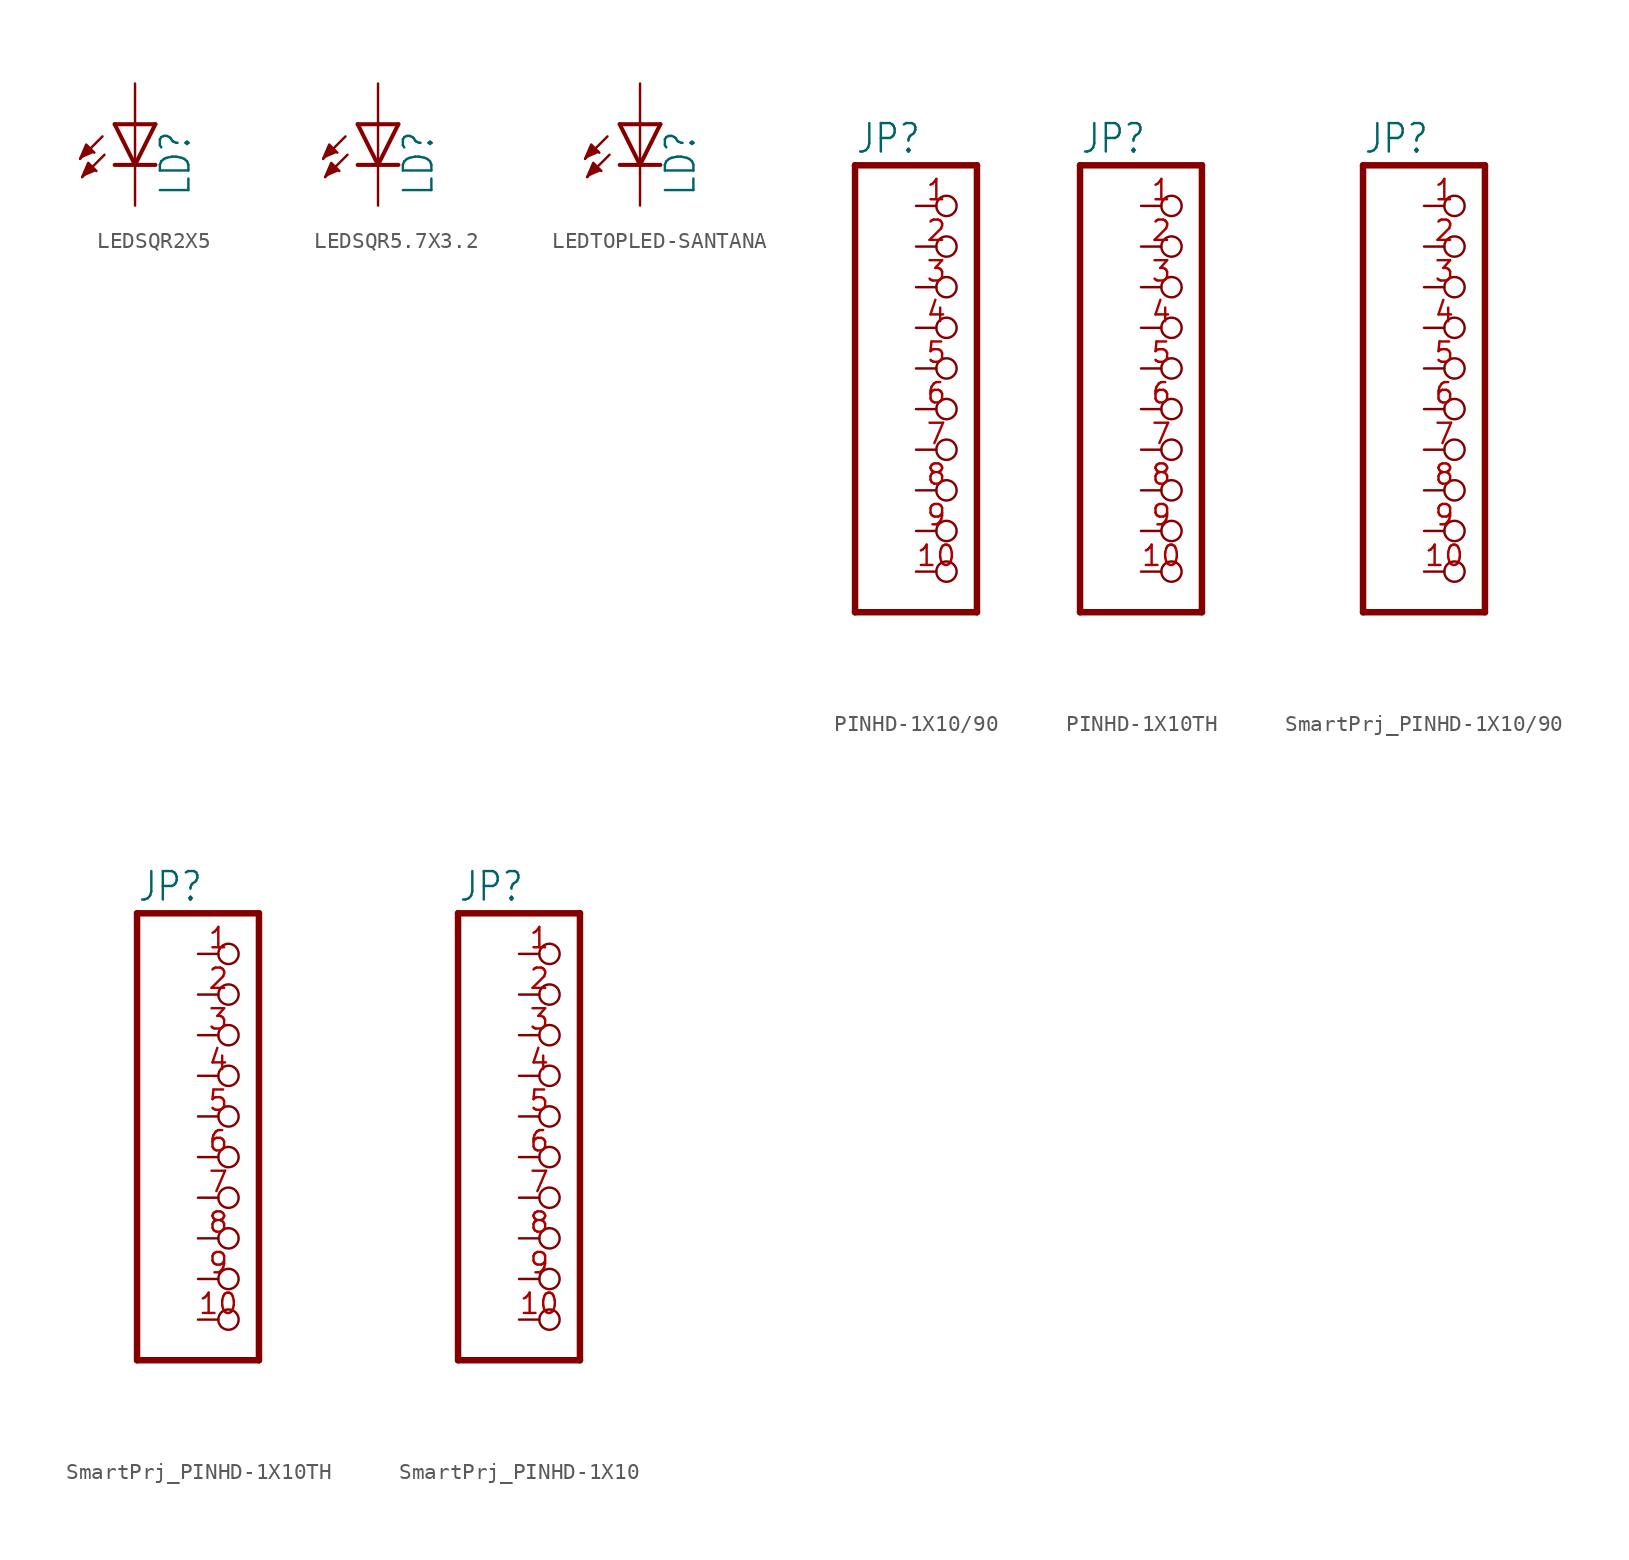
<source format=kicad_sym>
(kicad_symbol_lib
  (version 20220914)
  (generator kicad_symbol_editor)
  (symbol "LEDSQR2X5"
    (property "Reference" "LD"
      (at 3.556 -4.572 90)
      (effects (font (size 1.778 1.511)) (justify left bottom)))
    (property "Value" ""
      (at 5.715 -4.572 90)
      (effects (font (size 1.778 1.511)) (justify left bottom)))
    (property "ki_locked" ""
      (at 0 0 0)
      (effects (font (size 1.27 1.27))))
    (symbol "LEDSQR2X5_1_0"
      (polyline (pts (xy -2.032 -0.762) (xy -3.429 -2.159)) (stroke (width 0.152) (type solid)) (fill (type none)))
      (polyline (pts (xy -1.905 -1.905) (xy -3.302 -3.302)) (stroke (width 0.152) (type solid)) (fill (type none)))
      (polyline (pts (xy 0 -2.54) (xy -1.27 -2.54)) (stroke (width 0.254) (type solid)) (fill (type none)))
      (polyline (pts (xy 0 -2.54) (xy -1.27 0)) (stroke (width 0.254) (type solid)) (fill (type none)))
      (polyline (pts (xy 0 0) (xy -1.27 0)) (stroke (width 0.254) (type solid)) (fill (type none)))
      (polyline (pts (xy 0 0) (xy 0 -2.54)) (stroke (width 0.152) (type solid)) (fill (type none)))
      (polyline (pts (xy 1.27 -2.54) (xy 0 -2.54)) (stroke (width 0.254) (type solid)) (fill (type none)))
      (polyline (pts (xy 1.27 0) (xy 0 -2.54)) (stroke (width 0.254) (type solid)) (fill (type none)))
      (polyline (pts (xy 1.27 0) (xy 0 0)) (stroke (width 0.254) (type solid)) (fill (type none)))
      (polyline (pts (xy -3.429 -2.159) (xy -3.048 -1.27) (xy -2.54 -1.778)) (stroke (width 0.152) (type solid)) (fill (type outline)))
      (polyline (pts (xy -3.302 -3.302) (xy -2.921 -2.413) (xy -2.413 -2.921)) (stroke (width 0.152) (type solid)) (fill (type outline)))
      (pin passive line (at 0 2.54 270) (length 2.54) (name "A" (effects (font (size 0 0)))) (number "A" (effects (font (size 0 0)))))
      (pin passive line (at 0 -5.08 90) (length 2.54) (name "C" (effects (font (size 0 0)))) (number "K" (effects (font (size 0 0)))))))
  (symbol "LEDSQR5.7X3.2"
    (property "Reference" "LD"
      (at 3.556 -4.572 90)
      (effects (font (size 1.778 1.511)) (justify left bottom)))
    (property "Value" ""
      (at 5.715 -4.572 90)
      (effects (font (size 1.778 1.511)) (justify left bottom)))
    (property "ki_locked" ""
      (at 0 0 0)
      (effects (font (size 1.27 1.27))))
    (symbol "LEDSQR5.7X3.2_1_0"
      (polyline (pts (xy -2.032 -0.762) (xy -3.429 -2.159)) (stroke (width 0.152) (type solid)) (fill (type none)))
      (polyline (pts (xy -1.905 -1.905) (xy -3.302 -3.302)) (stroke (width 0.152) (type solid)) (fill (type none)))
      (polyline (pts (xy 0 -2.54) (xy -1.27 -2.54)) (stroke (width 0.254) (type solid)) (fill (type none)))
      (polyline (pts (xy 0 -2.54) (xy -1.27 0)) (stroke (width 0.254) (type solid)) (fill (type none)))
      (polyline (pts (xy 0 0) (xy -1.27 0)) (stroke (width 0.254) (type solid)) (fill (type none)))
      (polyline (pts (xy 0 0) (xy 0 -2.54)) (stroke (width 0.152) (type solid)) (fill (type none)))
      (polyline (pts (xy 1.27 -2.54) (xy 0 -2.54)) (stroke (width 0.254) (type solid)) (fill (type none)))
      (polyline (pts (xy 1.27 0) (xy 0 -2.54)) (stroke (width 0.254) (type solid)) (fill (type none)))
      (polyline (pts (xy 1.27 0) (xy 0 0)) (stroke (width 0.254) (type solid)) (fill (type none)))
      (polyline (pts (xy -3.429 -2.159) (xy -3.048 -1.27) (xy -2.54 -1.778)) (stroke (width 0.152) (type solid)) (fill (type outline)))
      (polyline (pts (xy -3.302 -3.302) (xy -2.921 -2.413) (xy -2.413 -2.921)) (stroke (width 0.152) (type solid)) (fill (type outline)))
      (pin passive line (at 0 2.54 270) (length 2.54) (name "A" (effects (font (size 0 0)))) (number "A" (effects (font (size 0 0)))))
      (pin passive line (at 0 -5.08 90) (length 2.54) (name "C" (effects (font (size 0 0)))) (number "K" (effects (font (size 0 0)))))))
  (symbol "LEDTOPLED-SANTANA"
    (property "Reference" "LD"
      (at 3.556 -4.572 90)
      (effects (font (size 1.778 1.511)) (justify left bottom)))
    (property "Value" ""
      (at 5.715 -4.572 90)
      (effects (font (size 1.778 1.511)) (justify left bottom)))
    (property "ki_locked" ""
      (at 0 0 0)
      (effects (font (size 1.27 1.27))))
    (symbol "LEDTOPLED-SANTANA_1_0"
      (polyline (pts (xy -2.032 -0.762) (xy -3.429 -2.159)) (stroke (width 0.152) (type solid)) (fill (type none)))
      (polyline (pts (xy -1.905 -1.905) (xy -3.302 -3.302)) (stroke (width 0.152) (type solid)) (fill (type none)))
      (polyline (pts (xy 0 -2.54) (xy -1.27 -2.54)) (stroke (width 0.254) (type solid)) (fill (type none)))
      (polyline (pts (xy 0 -2.54) (xy -1.27 0)) (stroke (width 0.254) (type solid)) (fill (type none)))
      (polyline (pts (xy 0 0) (xy -1.27 0)) (stroke (width 0.254) (type solid)) (fill (type none)))
      (polyline (pts (xy 0 0) (xy 0 -2.54)) (stroke (width 0.152) (type solid)) (fill (type none)))
      (polyline (pts (xy 1.27 -2.54) (xy 0 -2.54)) (stroke (width 0.254) (type solid)) (fill (type none)))
      (polyline (pts (xy 1.27 0) (xy 0 -2.54)) (stroke (width 0.254) (type solid)) (fill (type none)))
      (polyline (pts (xy 1.27 0) (xy 0 0)) (stroke (width 0.254) (type solid)) (fill (type none)))
      (polyline (pts (xy -3.429 -2.159) (xy -3.048 -1.27) (xy -2.54 -1.778)) (stroke (width 0.152) (type solid)) (fill (type outline)))
      (polyline (pts (xy -3.302 -3.302) (xy -2.921 -2.413) (xy -2.413 -2.921)) (stroke (width 0.152) (type solid)) (fill (type outline)))
      (pin passive line (at 0 2.54 270) (length 2.54) (name "A" (effects (font (size 0 0)))) (number "A" (effects (font (size 0 0)))))
      (pin passive line (at 0 -5.08 90) (length 2.54) (name "C" (effects (font (size 0 0)))) (number "C" (effects (font (size 0 0)))))))
  (symbol "PINHD-1X10/90"
    (property "Reference" "JP"
      (at -6.35 13.335 0)
      (effects (font (size 1.778 1.511)) (justify left bottom)))
    (property "Value" ""
      (at -6.35 -17.78 0)
      (effects (font (size 1.778 1.511)) (justify left bottom)))
    (property "ki_locked" ""
      (at 0 0 0)
      (effects (font (size 1.27 1.27))))
    (symbol "PINHD-1X10/90_1_0"
      (polyline (pts (xy -6.35 -15.24) (xy 1.27 -15.24)) (stroke (width 0.406) (type solid)) (fill (type none)))
      (polyline (pts (xy -6.35 12.7) (xy -6.35 -15.24)) (stroke (width 0.406) (type solid)) (fill (type none)))
      (polyline (pts (xy 1.27 -15.24) (xy 1.27 12.7)) (stroke (width 0.406) (type solid)) (fill (type none)))
      (polyline (pts (xy 1.27 12.7) (xy -6.35 12.7)) (stroke (width 0.406) (type solid)) (fill (type none)))
      (pin passive inverted (at -2.54 10.16 0) (length 2.54) (name "1" (effects (font (size 0 0)))) (number "1" (effects (font (size 1.27 1.27)))))
      (pin passive inverted (at -2.54 -12.7 0) (length 2.54) (name "10" (effects (font (size 0 0)))) (number "10" (effects (font (size 1.27 1.27)))))
      (pin passive inverted (at -2.54 7.62 0) (length 2.54) (name "2" (effects (font (size 0 0)))) (number "2" (effects (font (size 1.27 1.27)))))
      (pin passive inverted (at -2.54 5.08 0) (length 2.54) (name "3" (effects (font (size 0 0)))) (number "3" (effects (font (size 1.27 1.27)))))
      (pin passive inverted (at -2.54 2.54 0) (length 2.54) (name "4" (effects (font (size 0 0)))) (number "4" (effects (font (size 1.27 1.27)))))
      (pin passive inverted (at -2.54 0 0) (length 2.54) (name "5" (effects (font (size 0 0)))) (number "5" (effects (font (size 1.27 1.27)))))
      (pin passive inverted (at -2.54 -2.54 0) (length 2.54) (name "6" (effects (font (size 0 0)))) (number "6" (effects (font (size 1.27 1.27)))))
      (pin passive inverted (at -2.54 -5.08 0) (length 2.54) (name "7" (effects (font (size 0 0)))) (number "7" (effects (font (size 1.27 1.27)))))
      (pin passive inverted (at -2.54 -7.62 0) (length 2.54) (name "8" (effects (font (size 0 0)))) (number "8" (effects (font (size 1.27 1.27)))))
      (pin passive inverted (at -2.54 -10.16 0) (length 2.54) (name "9" (effects (font (size 0 0)))) (number "9" (effects (font (size 1.27 1.27)))))))
  (symbol "PINHD-1X10TH"
    (property "Reference" "JP"
      (at -6.35 13.335 0)
      (effects (font (size 1.778 1.511)) (justify left bottom)))
    (property "Value" ""
      (at -6.35 -17.78 0)
      (effects (font (size 1.778 1.511)) (justify left bottom)))
    (property "ki_locked" ""
      (at 0 0 0)
      (effects (font (size 1.27 1.27))))
    (symbol "PINHD-1X10TH_1_0"
      (polyline (pts (xy -6.35 -15.24) (xy 1.27 -15.24)) (stroke (width 0.406) (type solid)) (fill (type none)))
      (polyline (pts (xy -6.35 12.7) (xy -6.35 -15.24)) (stroke (width 0.406) (type solid)) (fill (type none)))
      (polyline (pts (xy 1.27 -15.24) (xy 1.27 12.7)) (stroke (width 0.406) (type solid)) (fill (type none)))
      (polyline (pts (xy 1.27 12.7) (xy -6.35 12.7)) (stroke (width 0.406) (type solid)) (fill (type none)))
      (pin passive inverted (at -2.54 10.16 0) (length 2.54) (name "1" (effects (font (size 0 0)))) (number "1" (effects (font (size 1.27 1.27)))))
      (pin passive inverted (at -2.54 -12.7 0) (length 2.54) (name "10" (effects (font (size 0 0)))) (number "10" (effects (font (size 1.27 1.27)))))
      (pin passive inverted (at -2.54 7.62 0) (length 2.54) (name "2" (effects (font (size 0 0)))) (number "2" (effects (font (size 1.27 1.27)))))
      (pin passive inverted (at -2.54 5.08 0) (length 2.54) (name "3" (effects (font (size 0 0)))) (number "3" (effects (font (size 1.27 1.27)))))
      (pin passive inverted (at -2.54 2.54 0) (length 2.54) (name "4" (effects (font (size 0 0)))) (number "4" (effects (font (size 1.27 1.27)))))
      (pin passive inverted (at -2.54 0 0) (length 2.54) (name "5" (effects (font (size 0 0)))) (number "5" (effects (font (size 1.27 1.27)))))
      (pin passive inverted (at -2.54 -2.54 0) (length 2.54) (name "6" (effects (font (size 0 0)))) (number "6" (effects (font (size 1.27 1.27)))))
      (pin passive inverted (at -2.54 -5.08 0) (length 2.54) (name "7" (effects (font (size 0 0)))) (number "7" (effects (font (size 1.27 1.27)))))
      (pin passive inverted (at -2.54 -7.62 0) (length 2.54) (name "8" (effects (font (size 0 0)))) (number "8" (effects (font (size 1.27 1.27)))))
      (pin passive inverted (at -2.54 -10.16 0) (length 2.54) (name "9" (effects (font (size 0 0)))) (number "9" (effects (font (size 1.27 1.27)))))))
  (symbol "SmartPrj_PINHD-1X10/90"
    (property "Reference" "JP"
      (at -6.35 13.335 0)
      (effects (font (size 1.778 1.511)) (justify left bottom)))
    (property "Value" ""
      (at -6.35 -17.78 0)
      (effects (font (size 1.778 1.511)) (justify left bottom)))
    (property "ki_locked" ""
      (at 0 0 0)
      (effects (font (size 1.27 1.27))))
    (symbol "SmartPrj_PINHD-1X10/90_1_0"
      (polyline (pts (xy -6.35 -15.24) (xy 1.27 -15.24)) (stroke (width 0.406) (type solid)) (fill (type none)))
      (polyline (pts (xy -6.35 12.7) (xy -6.35 -15.24)) (stroke (width 0.406) (type solid)) (fill (type none)))
      (polyline (pts (xy 1.27 -15.24) (xy 1.27 12.7)) (stroke (width 0.406) (type solid)) (fill (type none)))
      (polyline (pts (xy 1.27 12.7) (xy -6.35 12.7)) (stroke (width 0.406) (type solid)) (fill (type none)))
      (pin passive inverted (at -2.54 10.16 0) (length 2.54) (name "1" (effects (font (size 0 0)))) (number "1" (effects (font (size 1.27 1.27)))))
      (pin passive inverted (at -2.54 -12.7 0) (length 2.54) (name "10" (effects (font (size 0 0)))) (number "10" (effects (font (size 1.27 1.27)))))
      (pin passive inverted (at -2.54 7.62 0) (length 2.54) (name "2" (effects (font (size 0 0)))) (number "2" (effects (font (size 1.27 1.27)))))
      (pin passive inverted (at -2.54 5.08 0) (length 2.54) (name "3" (effects (font (size 0 0)))) (number "3" (effects (font (size 1.27 1.27)))))
      (pin passive inverted (at -2.54 2.54 0) (length 2.54) (name "4" (effects (font (size 0 0)))) (number "4" (effects (font (size 1.27 1.27)))))
      (pin passive inverted (at -2.54 0 0) (length 2.54) (name "5" (effects (font (size 0 0)))) (number "5" (effects (font (size 1.27 1.27)))))
      (pin passive inverted (at -2.54 -2.54 0) (length 2.54) (name "6" (effects (font (size 0 0)))) (number "6" (effects (font (size 1.27 1.27)))))
      (pin passive inverted (at -2.54 -5.08 0) (length 2.54) (name "7" (effects (font (size 0 0)))) (number "7" (effects (font (size 1.27 1.27)))))
      (pin passive inverted (at -2.54 -7.62 0) (length 2.54) (name "8" (effects (font (size 0 0)))) (number "8" (effects (font (size 1.27 1.27)))))
      (pin passive inverted (at -2.54 -10.16 0) (length 2.54) (name "9" (effects (font (size 0 0)))) (number "9" (effects (font (size 1.27 1.27)))))))
  (symbol "SmartPrj_PINHD-1X10TH"
    (property "Reference" "JP"
      (at -6.35 13.335 0)
      (effects (font (size 1.778 1.511)) (justify left bottom)))
    (property "Value" ""
      (at -6.35 -17.78 0)
      (effects (font (size 1.778 1.511)) (justify left bottom)))
    (property "ki_locked" ""
      (at 0 0 0)
      (effects (font (size 1.27 1.27))))
    (symbol "SmartPrj_PINHD-1X10TH_1_0"
      (polyline (pts (xy -6.35 -15.24) (xy 1.27 -15.24)) (stroke (width 0.406) (type solid)) (fill (type none)))
      (polyline (pts (xy -6.35 12.7) (xy -6.35 -15.24)) (stroke (width 0.406) (type solid)) (fill (type none)))
      (polyline (pts (xy 1.27 -15.24) (xy 1.27 12.7)) (stroke (width 0.406) (type solid)) (fill (type none)))
      (polyline (pts (xy 1.27 12.7) (xy -6.35 12.7)) (stroke (width 0.406) (type solid)) (fill (type none)))
      (pin passive inverted (at -2.54 10.16 0) (length 2.54) (name "1" (effects (font (size 0 0)))) (number "1" (effects (font (size 1.27 1.27)))))
      (pin passive inverted (at -2.54 -12.7 0) (length 2.54) (name "10" (effects (font (size 0 0)))) (number "10" (effects (font (size 1.27 1.27)))))
      (pin passive inverted (at -2.54 7.62 0) (length 2.54) (name "2" (effects (font (size 0 0)))) (number "2" (effects (font (size 1.27 1.27)))))
      (pin passive inverted (at -2.54 5.08 0) (length 2.54) (name "3" (effects (font (size 0 0)))) (number "3" (effects (font (size 1.27 1.27)))))
      (pin passive inverted (at -2.54 2.54 0) (length 2.54) (name "4" (effects (font (size 0 0)))) (number "4" (effects (font (size 1.27 1.27)))))
      (pin passive inverted (at -2.54 0 0) (length 2.54) (name "5" (effects (font (size 0 0)))) (number "5" (effects (font (size 1.27 1.27)))))
      (pin passive inverted (at -2.54 -2.54 0) (length 2.54) (name "6" (effects (font (size 0 0)))) (number "6" (effects (font (size 1.27 1.27)))))
      (pin passive inverted (at -2.54 -5.08 0) (length 2.54) (name "7" (effects (font (size 0 0)))) (number "7" (effects (font (size 1.27 1.27)))))
      (pin passive inverted (at -2.54 -7.62 0) (length 2.54) (name "8" (effects (font (size 0 0)))) (number "8" (effects (font (size 1.27 1.27)))))
      (pin passive inverted (at -2.54 -10.16 0) (length 2.54) (name "9" (effects (font (size 0 0)))) (number "9" (effects (font (size 1.27 1.27)))))))
  (symbol "SmartPrj_PINHD-1X10"
    (property "Reference" "JP"
      (at -6.35 13.335 0)
      (effects (font (size 1.778 1.511)) (justify left bottom)))
    (property "Value" ""
      (at -6.35 -17.78 0)
      (effects (font (size 1.778 1.511)) (justify left bottom)))
    (property "ki_locked" ""
      (at 0 0 0)
      (effects (font (size 1.27 1.27))))
    (symbol "SmartPrj_PINHD-1X10_1_0"
      (polyline (pts (xy -6.35 -15.24) (xy 1.27 -15.24)) (stroke (width 0.406) (type solid)) (fill (type none)))
      (polyline (pts (xy -6.35 12.7) (xy -6.35 -15.24)) (stroke (width 0.406) (type solid)) (fill (type none)))
      (polyline (pts (xy 1.27 -15.24) (xy 1.27 12.7)) (stroke (width 0.406) (type solid)) (fill (type none)))
      (polyline (pts (xy 1.27 12.7) (xy -6.35 12.7)) (stroke (width 0.406) (type solid)) (fill (type none)))
      (pin passive inverted (at -2.54 10.16 0) (length 2.54) (name "1" (effects (font (size 0 0)))) (number "1" (effects (font (size 1.27 1.27)))))
      (pin passive inverted (at -2.54 -12.7 0) (length 2.54) (name "10" (effects (font (size 0 0)))) (number "10" (effects (font (size 1.27 1.27)))))
      (pin passive inverted (at -2.54 7.62 0) (length 2.54) (name "2" (effects (font (size 0 0)))) (number "2" (effects (font (size 1.27 1.27)))))
      (pin passive inverted (at -2.54 5.08 0) (length 2.54) (name "3" (effects (font (size 0 0)))) (number "3" (effects (font (size 1.27 1.27)))))
      (pin passive inverted (at -2.54 2.54 0) (length 2.54) (name "4" (effects (font (size 0 0)))) (number "4" (effects (font (size 1.27 1.27)))))
      (pin passive inverted (at -2.54 0 0) (length 2.54) (name "5" (effects (font (size 0 0)))) (number "5" (effects (font (size 1.27 1.27)))))
      (pin passive inverted (at -2.54 -2.54 0) (length 2.54) (name "6" (effects (font (size 0 0)))) (number "6" (effects (font (size 1.27 1.27)))))
      (pin passive inverted (at -2.54 -5.08 0) (length 2.54) (name "7" (effects (font (size 0 0)))) (number "7" (effects (font (size 1.27 1.27)))))
      (pin passive inverted (at -2.54 -7.62 0) (length 2.54) (name "8" (effects (font (size 0 0)))) (number "8" (effects (font (size 1.27 1.27)))))
      (pin passive inverted (at -2.54 -10.16 0) (length 2.54) (name "9" (effects (font (size 0 0)))) (number "9" (effects (font (size 1.27 1.27))))))))
</source>
